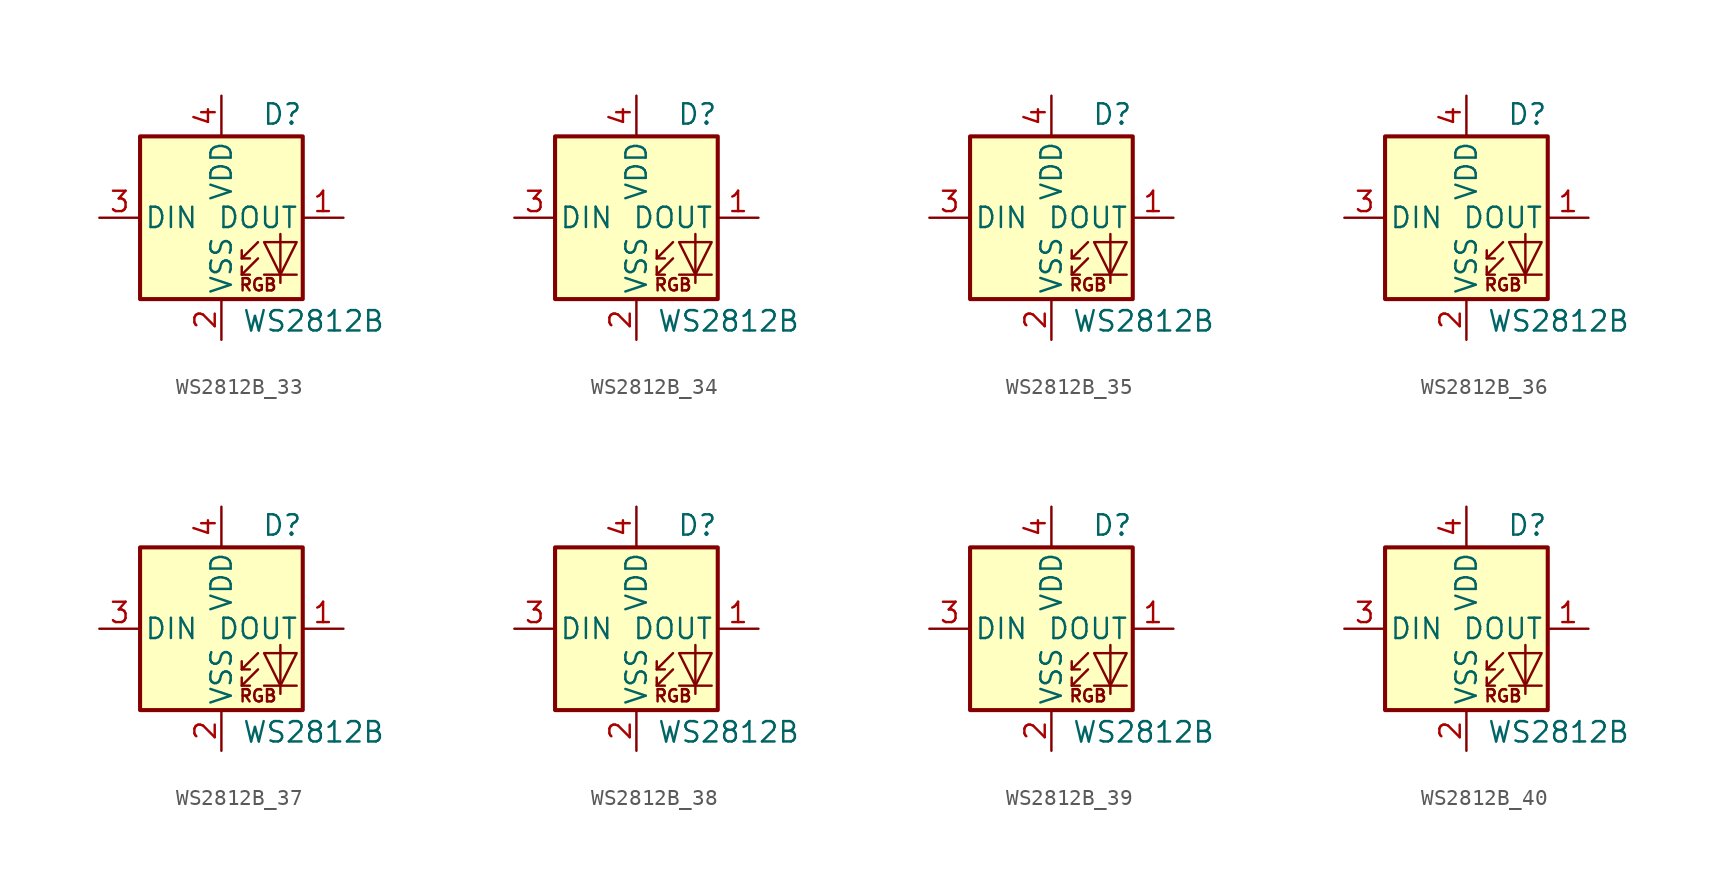
<source format=kicad_sym>
(kicad_symbol_lib
  (version 20220914)
  (generator kicad_symbol_editor)
  (symbol "WS2812B_33"
    (pin_names
      (offset 0.254))
    (property "Reference" "D"
      (at 5.08 5.715 0)
      (effects (font (size 1.27 1.27)) (justify right bottom)))
    (property "Value" "WS2812B"
      (at 1.27 -5.715 0)
      (effects (font (size 1.27 1.27)) (justify left top)))
    (symbol "WS2812B_33_0_0"
      (text "RGB" (at 2.286 -4.191 0) (effects (font (size 0.762 0.762)))))
    (symbol "WS2812B_33_0_1"
      (polyline (pts (xy 1.27 -3.556) (xy 1.778 -3.556)) (stroke (width 0) (type default)) (fill (type none)))
      (polyline (pts (xy 1.27 -2.54) (xy 1.778 -2.54)) (stroke (width 0) (type default)) (fill (type none)))
      (polyline (pts (xy 4.699 -3.556) (xy 2.667 -3.556)) (stroke (width 0) (type default)) (fill (type none)))
      (polyline (pts (xy 2.286 -2.54) (xy 1.27 -3.556) (xy 1.27 -3.048)) (stroke (width 0) (type default)) (fill (type none)))
      (polyline (pts (xy 2.286 -1.524) (xy 1.27 -2.54) (xy 1.27 -2.032)) (stroke (width 0) (type default)) (fill (type none)))
      (polyline (pts (xy 3.683 -1.016) (xy 3.683 -3.556) (xy 3.683 -4.064)) (stroke (width 0) (type default)) (fill (type none)))
      (polyline (pts (xy 4.699 -1.524) (xy 2.667 -1.524) (xy 3.683 -3.556) (xy 4.699 -1.524)) (stroke (width 0) (type default)) (fill (type none)))
      (rectangle (start 5.08 5.08) (end -5.08 -5.08) (stroke (width 0.254) (type default)) (fill (type background))))
    (symbol "WS2812B_33_1_1"
      (pin output line (at 7.62 0 180) (length 2.54) (name "DOUT" (effects (font (size 1.27 1.27)))) (number "1" (effects (font (size 1.27 1.27)))))
      (pin power_in line (at 0 -7.62 90) (length 2.54) (name "VSS" (effects (font (size 1.27 1.27)))) (number "2" (effects (font (size 1.27 1.27)))))
      (pin input line (at -7.62 0 0) (length 2.54) (name "DIN" (effects (font (size 1.27 1.27)))) (number "3" (effects (font (size 1.27 1.27)))))
      (pin power_in line (at 0 7.62 270) (length 2.54) (name "VDD" (effects (font (size 1.27 1.27)))) (number "4" (effects (font (size 1.27 1.27)))))))
  (symbol "WS2812B_34"
    (pin_names
      (offset 0.254))
    (property "Reference" "D"
      (at 5.08 5.715 0)
      (effects (font (size 1.27 1.27)) (justify right bottom)))
    (property "Value" "WS2812B"
      (at 1.27 -5.715 0)
      (effects (font (size 1.27 1.27)) (justify left top)))
    (symbol "WS2812B_34_0_0"
      (text "RGB" (at 2.286 -4.191 0) (effects (font (size 0.762 0.762)))))
    (symbol "WS2812B_34_0_1"
      (polyline (pts (xy 1.27 -3.556) (xy 1.778 -3.556)) (stroke (width 0) (type default)) (fill (type none)))
      (polyline (pts (xy 1.27 -2.54) (xy 1.778 -2.54)) (stroke (width 0) (type default)) (fill (type none)))
      (polyline (pts (xy 4.699 -3.556) (xy 2.667 -3.556)) (stroke (width 0) (type default)) (fill (type none)))
      (polyline (pts (xy 2.286 -2.54) (xy 1.27 -3.556) (xy 1.27 -3.048)) (stroke (width 0) (type default)) (fill (type none)))
      (polyline (pts (xy 2.286 -1.524) (xy 1.27 -2.54) (xy 1.27 -2.032)) (stroke (width 0) (type default)) (fill (type none)))
      (polyline (pts (xy 3.683 -1.016) (xy 3.683 -3.556) (xy 3.683 -4.064)) (stroke (width 0) (type default)) (fill (type none)))
      (polyline (pts (xy 4.699 -1.524) (xy 2.667 -1.524) (xy 3.683 -3.556) (xy 4.699 -1.524)) (stroke (width 0) (type default)) (fill (type none)))
      (rectangle (start 5.08 5.08) (end -5.08 -5.08) (stroke (width 0.254) (type default)) (fill (type background))))
    (symbol "WS2812B_34_1_1"
      (pin output line (at 7.62 0 180) (length 2.54) (name "DOUT" (effects (font (size 1.27 1.27)))) (number "1" (effects (font (size 1.27 1.27)))))
      (pin power_in line (at 0 -7.62 90) (length 2.54) (name "VSS" (effects (font (size 1.27 1.27)))) (number "2" (effects (font (size 1.27 1.27)))))
      (pin input line (at -7.62 0 0) (length 2.54) (name "DIN" (effects (font (size 1.27 1.27)))) (number "3" (effects (font (size 1.27 1.27)))))
      (pin power_in line (at 0 7.62 270) (length 2.54) (name "VDD" (effects (font (size 1.27 1.27)))) (number "4" (effects (font (size 1.27 1.27)))))))
  (symbol "WS2812B_35"
    (pin_names
      (offset 0.254))
    (property "Reference" "D"
      (at 5.08 5.715 0)
      (effects (font (size 1.27 1.27)) (justify right bottom)))
    (property "Value" "WS2812B"
      (at 1.27 -5.715 0)
      (effects (font (size 1.27 1.27)) (justify left top)))
    (symbol "WS2812B_35_0_0"
      (text "RGB" (at 2.286 -4.191 0) (effects (font (size 0.762 0.762)))))
    (symbol "WS2812B_35_0_1"
      (polyline (pts (xy 1.27 -3.556) (xy 1.778 -3.556)) (stroke (width 0) (type default)) (fill (type none)))
      (polyline (pts (xy 1.27 -2.54) (xy 1.778 -2.54)) (stroke (width 0) (type default)) (fill (type none)))
      (polyline (pts (xy 4.699 -3.556) (xy 2.667 -3.556)) (stroke (width 0) (type default)) (fill (type none)))
      (polyline (pts (xy 2.286 -2.54) (xy 1.27 -3.556) (xy 1.27 -3.048)) (stroke (width 0) (type default)) (fill (type none)))
      (polyline (pts (xy 2.286 -1.524) (xy 1.27 -2.54) (xy 1.27 -2.032)) (stroke (width 0) (type default)) (fill (type none)))
      (polyline (pts (xy 3.683 -1.016) (xy 3.683 -3.556) (xy 3.683 -4.064)) (stroke (width 0) (type default)) (fill (type none)))
      (polyline (pts (xy 4.699 -1.524) (xy 2.667 -1.524) (xy 3.683 -3.556) (xy 4.699 -1.524)) (stroke (width 0) (type default)) (fill (type none)))
      (rectangle (start 5.08 5.08) (end -5.08 -5.08) (stroke (width 0.254) (type default)) (fill (type background))))
    (symbol "WS2812B_35_1_1"
      (pin output line (at 7.62 0 180) (length 2.54) (name "DOUT" (effects (font (size 1.27 1.27)))) (number "1" (effects (font (size 1.27 1.27)))))
      (pin power_in line (at 0 -7.62 90) (length 2.54) (name "VSS" (effects (font (size 1.27 1.27)))) (number "2" (effects (font (size 1.27 1.27)))))
      (pin input line (at -7.62 0 0) (length 2.54) (name "DIN" (effects (font (size 1.27 1.27)))) (number "3" (effects (font (size 1.27 1.27)))))
      (pin power_in line (at 0 7.62 270) (length 2.54) (name "VDD" (effects (font (size 1.27 1.27)))) (number "4" (effects (font (size 1.27 1.27)))))))
  (symbol "WS2812B_36"
    (pin_names
      (offset 0.254))
    (property "Reference" "D"
      (at 5.08 5.715 0)
      (effects (font (size 1.27 1.27)) (justify right bottom)))
    (property "Value" "WS2812B"
      (at 1.27 -5.715 0)
      (effects (font (size 1.27 1.27)) (justify left top)))
    (symbol "WS2812B_36_0_0"
      (text "RGB" (at 2.286 -4.191 0) (effects (font (size 0.762 0.762)))))
    (symbol "WS2812B_36_0_1"
      (polyline (pts (xy 1.27 -3.556) (xy 1.778 -3.556)) (stroke (width 0) (type default)) (fill (type none)))
      (polyline (pts (xy 1.27 -2.54) (xy 1.778 -2.54)) (stroke (width 0) (type default)) (fill (type none)))
      (polyline (pts (xy 4.699 -3.556) (xy 2.667 -3.556)) (stroke (width 0) (type default)) (fill (type none)))
      (polyline (pts (xy 2.286 -2.54) (xy 1.27 -3.556) (xy 1.27 -3.048)) (stroke (width 0) (type default)) (fill (type none)))
      (polyline (pts (xy 2.286 -1.524) (xy 1.27 -2.54) (xy 1.27 -2.032)) (stroke (width 0) (type default)) (fill (type none)))
      (polyline (pts (xy 3.683 -1.016) (xy 3.683 -3.556) (xy 3.683 -4.064)) (stroke (width 0) (type default)) (fill (type none)))
      (polyline (pts (xy 4.699 -1.524) (xy 2.667 -1.524) (xy 3.683 -3.556) (xy 4.699 -1.524)) (stroke (width 0) (type default)) (fill (type none)))
      (rectangle (start 5.08 5.08) (end -5.08 -5.08) (stroke (width 0.254) (type default)) (fill (type background))))
    (symbol "WS2812B_36_1_1"
      (pin output line (at 7.62 0 180) (length 2.54) (name "DOUT" (effects (font (size 1.27 1.27)))) (number "1" (effects (font (size 1.27 1.27)))))
      (pin power_in line (at 0 -7.62 90) (length 2.54) (name "VSS" (effects (font (size 1.27 1.27)))) (number "2" (effects (font (size 1.27 1.27)))))
      (pin input line (at -7.62 0 0) (length 2.54) (name "DIN" (effects (font (size 1.27 1.27)))) (number "3" (effects (font (size 1.27 1.27)))))
      (pin power_in line (at 0 7.62 270) (length 2.54) (name "VDD" (effects (font (size 1.27 1.27)))) (number "4" (effects (font (size 1.27 1.27)))))))
  (symbol "WS2812B_37"
    (pin_names
      (offset 0.254))
    (property "Reference" "D"
      (at 5.08 5.715 0)
      (effects (font (size 1.27 1.27)) (justify right bottom)))
    (property "Value" "WS2812B"
      (at 1.27 -5.715 0)
      (effects (font (size 1.27 1.27)) (justify left top)))
    (symbol "WS2812B_37_0_0"
      (text "RGB" (at 2.286 -4.191 0) (effects (font (size 0.762 0.762)))))
    (symbol "WS2812B_37_0_1"
      (polyline (pts (xy 1.27 -3.556) (xy 1.778 -3.556)) (stroke (width 0) (type default)) (fill (type none)))
      (polyline (pts (xy 1.27 -2.54) (xy 1.778 -2.54)) (stroke (width 0) (type default)) (fill (type none)))
      (polyline (pts (xy 4.699 -3.556) (xy 2.667 -3.556)) (stroke (width 0) (type default)) (fill (type none)))
      (polyline (pts (xy 2.286 -2.54) (xy 1.27 -3.556) (xy 1.27 -3.048)) (stroke (width 0) (type default)) (fill (type none)))
      (polyline (pts (xy 2.286 -1.524) (xy 1.27 -2.54) (xy 1.27 -2.032)) (stroke (width 0) (type default)) (fill (type none)))
      (polyline (pts (xy 3.683 -1.016) (xy 3.683 -3.556) (xy 3.683 -4.064)) (stroke (width 0) (type default)) (fill (type none)))
      (polyline (pts (xy 4.699 -1.524) (xy 2.667 -1.524) (xy 3.683 -3.556) (xy 4.699 -1.524)) (stroke (width 0) (type default)) (fill (type none)))
      (rectangle (start 5.08 5.08) (end -5.08 -5.08) (stroke (width 0.254) (type default)) (fill (type background))))
    (symbol "WS2812B_37_1_1"
      (pin output line (at 7.62 0 180) (length 2.54) (name "DOUT" (effects (font (size 1.27 1.27)))) (number "1" (effects (font (size 1.27 1.27)))))
      (pin power_in line (at 0 -7.62 90) (length 2.54) (name "VSS" (effects (font (size 1.27 1.27)))) (number "2" (effects (font (size 1.27 1.27)))))
      (pin input line (at -7.62 0 0) (length 2.54) (name "DIN" (effects (font (size 1.27 1.27)))) (number "3" (effects (font (size 1.27 1.27)))))
      (pin power_in line (at 0 7.62 270) (length 2.54) (name "VDD" (effects (font (size 1.27 1.27)))) (number "4" (effects (font (size 1.27 1.27)))))))
  (symbol "WS2812B_38"
    (pin_names
      (offset 0.254))
    (property "Reference" "D"
      (at 5.08 5.715 0)
      (effects (font (size 1.27 1.27)) (justify right bottom)))
    (property "Value" "WS2812B"
      (at 1.27 -5.715 0)
      (effects (font (size 1.27 1.27)) (justify left top)))
    (symbol "WS2812B_38_0_0"
      (text "RGB" (at 2.286 -4.191 0) (effects (font (size 0.762 0.762)))))
    (symbol "WS2812B_38_0_1"
      (polyline (pts (xy 1.27 -3.556) (xy 1.778 -3.556)) (stroke (width 0) (type default)) (fill (type none)))
      (polyline (pts (xy 1.27 -2.54) (xy 1.778 -2.54)) (stroke (width 0) (type default)) (fill (type none)))
      (polyline (pts (xy 4.699 -3.556) (xy 2.667 -3.556)) (stroke (width 0) (type default)) (fill (type none)))
      (polyline (pts (xy 2.286 -2.54) (xy 1.27 -3.556) (xy 1.27 -3.048)) (stroke (width 0) (type default)) (fill (type none)))
      (polyline (pts (xy 2.286 -1.524) (xy 1.27 -2.54) (xy 1.27 -2.032)) (stroke (width 0) (type default)) (fill (type none)))
      (polyline (pts (xy 3.683 -1.016) (xy 3.683 -3.556) (xy 3.683 -4.064)) (stroke (width 0) (type default)) (fill (type none)))
      (polyline (pts (xy 4.699 -1.524) (xy 2.667 -1.524) (xy 3.683 -3.556) (xy 4.699 -1.524)) (stroke (width 0) (type default)) (fill (type none)))
      (rectangle (start 5.08 5.08) (end -5.08 -5.08) (stroke (width 0.254) (type default)) (fill (type background))))
    (symbol "WS2812B_38_1_1"
      (pin output line (at 7.62 0 180) (length 2.54) (name "DOUT" (effects (font (size 1.27 1.27)))) (number "1" (effects (font (size 1.27 1.27)))))
      (pin power_in line (at 0 -7.62 90) (length 2.54) (name "VSS" (effects (font (size 1.27 1.27)))) (number "2" (effects (font (size 1.27 1.27)))))
      (pin input line (at -7.62 0 0) (length 2.54) (name "DIN" (effects (font (size 1.27 1.27)))) (number "3" (effects (font (size 1.27 1.27)))))
      (pin power_in line (at 0 7.62 270) (length 2.54) (name "VDD" (effects (font (size 1.27 1.27)))) (number "4" (effects (font (size 1.27 1.27)))))))
  (symbol "WS2812B_39"
    (pin_names
      (offset 0.254))
    (property "Reference" "D"
      (at 5.08 5.715 0)
      (effects (font (size 1.27 1.27)) (justify right bottom)))
    (property "Value" "WS2812B"
      (at 1.27 -5.715 0)
      (effects (font (size 1.27 1.27)) (justify left top)))
    (symbol "WS2812B_39_0_0"
      (text "RGB" (at 2.286 -4.191 0) (effects (font (size 0.762 0.762)))))
    (symbol "WS2812B_39_0_1"
      (polyline (pts (xy 1.27 -3.556) (xy 1.778 -3.556)) (stroke (width 0) (type default)) (fill (type none)))
      (polyline (pts (xy 1.27 -2.54) (xy 1.778 -2.54)) (stroke (width 0) (type default)) (fill (type none)))
      (polyline (pts (xy 4.699 -3.556) (xy 2.667 -3.556)) (stroke (width 0) (type default)) (fill (type none)))
      (polyline (pts (xy 2.286 -2.54) (xy 1.27 -3.556) (xy 1.27 -3.048)) (stroke (width 0) (type default)) (fill (type none)))
      (polyline (pts (xy 2.286 -1.524) (xy 1.27 -2.54) (xy 1.27 -2.032)) (stroke (width 0) (type default)) (fill (type none)))
      (polyline (pts (xy 3.683 -1.016) (xy 3.683 -3.556) (xy 3.683 -4.064)) (stroke (width 0) (type default)) (fill (type none)))
      (polyline (pts (xy 4.699 -1.524) (xy 2.667 -1.524) (xy 3.683 -3.556) (xy 4.699 -1.524)) (stroke (width 0) (type default)) (fill (type none)))
      (rectangle (start 5.08 5.08) (end -5.08 -5.08) (stroke (width 0.254) (type default)) (fill (type background))))
    (symbol "WS2812B_39_1_1"
      (pin output line (at 7.62 0 180) (length 2.54) (name "DOUT" (effects (font (size 1.27 1.27)))) (number "1" (effects (font (size 1.27 1.27)))))
      (pin power_in line (at 0 -7.62 90) (length 2.54) (name "VSS" (effects (font (size 1.27 1.27)))) (number "2" (effects (font (size 1.27 1.27)))))
      (pin input line (at -7.62 0 0) (length 2.54) (name "DIN" (effects (font (size 1.27 1.27)))) (number "3" (effects (font (size 1.27 1.27)))))
      (pin power_in line (at 0 7.62 270) (length 2.54) (name "VDD" (effects (font (size 1.27 1.27)))) (number "4" (effects (font (size 1.27 1.27)))))))
  (symbol "WS2812B_40"
    (pin_names
      (offset 0.254))
    (property "Reference" "D"
      (at 5.08 5.715 0)
      (effects (font (size 1.27 1.27)) (justify right bottom)))
    (property "Value" "WS2812B"
      (at 1.27 -5.715 0)
      (effects (font (size 1.27 1.27)) (justify left top)))
    (symbol "WS2812B_40_0_0"
      (text "RGB" (at 2.286 -4.191 0) (effects (font (size 0.762 0.762)))))
    (symbol "WS2812B_40_0_1"
      (polyline (pts (xy 1.27 -3.556) (xy 1.778 -3.556)) (stroke (width 0) (type default)) (fill (type none)))
      (polyline (pts (xy 1.27 -2.54) (xy 1.778 -2.54)) (stroke (width 0) (type default)) (fill (type none)))
      (polyline (pts (xy 4.699 -3.556) (xy 2.667 -3.556)) (stroke (width 0) (type default)) (fill (type none)))
      (polyline (pts (xy 2.286 -2.54) (xy 1.27 -3.556) (xy 1.27 -3.048)) (stroke (width 0) (type default)) (fill (type none)))
      (polyline (pts (xy 2.286 -1.524) (xy 1.27 -2.54) (xy 1.27 -2.032)) (stroke (width 0) (type default)) (fill (type none)))
      (polyline (pts (xy 3.683 -1.016) (xy 3.683 -3.556) (xy 3.683 -4.064)) (stroke (width 0) (type default)) (fill (type none)))
      (polyline (pts (xy 4.699 -1.524) (xy 2.667 -1.524) (xy 3.683 -3.556) (xy 4.699 -1.524)) (stroke (width 0) (type default)) (fill (type none)))
      (rectangle (start 5.08 5.08) (end -5.08 -5.08) (stroke (width 0.254) (type default)) (fill (type background))))
    (symbol "WS2812B_40_1_1"
      (pin output line (at 7.62 0 180) (length 2.54) (name "DOUT" (effects (font (size 1.27 1.27)))) (number "1" (effects (font (size 1.27 1.27)))))
      (pin power_in line (at 0 -7.62 90) (length 2.54) (name "VSS" (effects (font (size 1.27 1.27)))) (number "2" (effects (font (size 1.27 1.27)))))
      (pin input line (at -7.62 0 0) (length 2.54) (name "DIN" (effects (font (size 1.27 1.27)))) (number "3" (effects (font (size 1.27 1.27)))))
      (pin power_in line (at 0 7.62 270) (length 2.54) (name "VDD" (effects (font (size 1.27 1.27)))) (number "4" (effects (font (size 1.27 1.27))))))))
</source>
